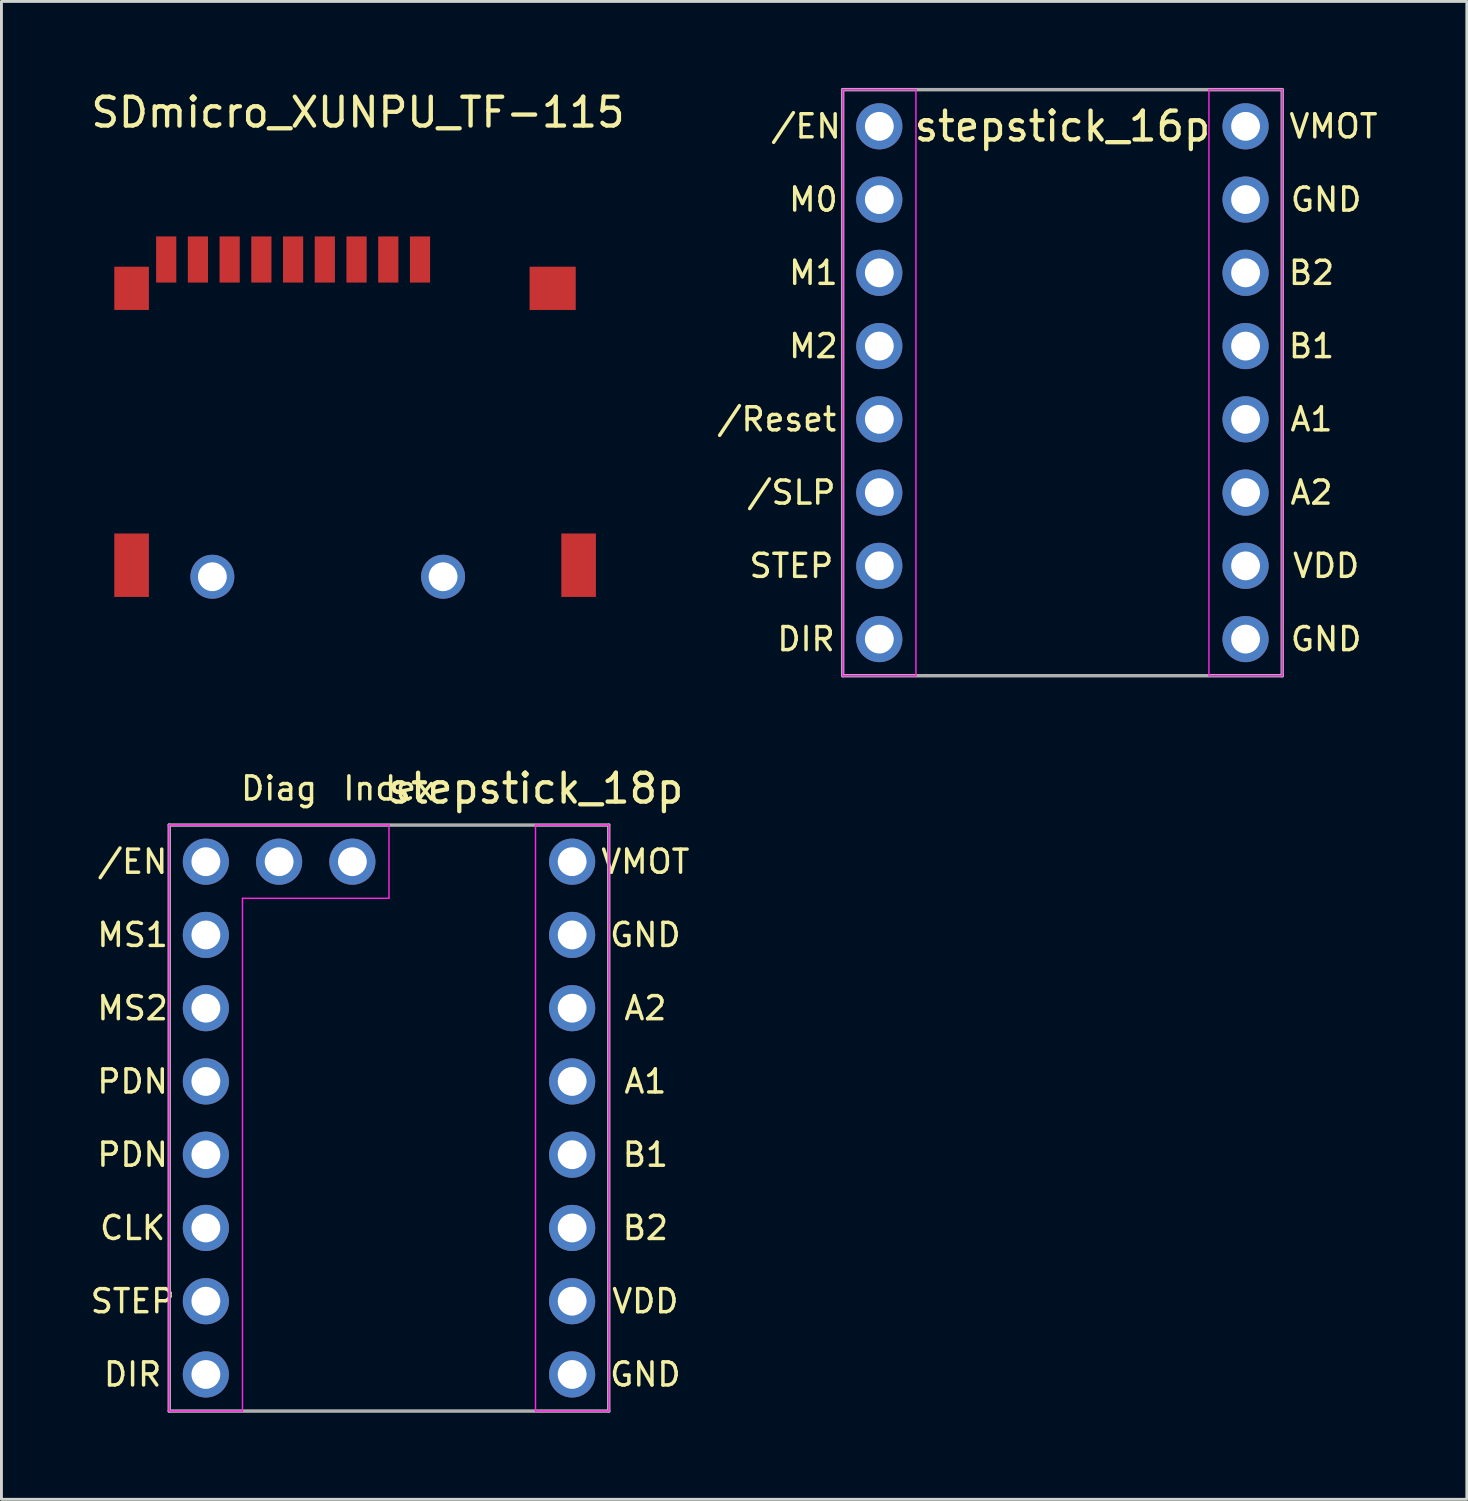
<source format=kicad_pcb>
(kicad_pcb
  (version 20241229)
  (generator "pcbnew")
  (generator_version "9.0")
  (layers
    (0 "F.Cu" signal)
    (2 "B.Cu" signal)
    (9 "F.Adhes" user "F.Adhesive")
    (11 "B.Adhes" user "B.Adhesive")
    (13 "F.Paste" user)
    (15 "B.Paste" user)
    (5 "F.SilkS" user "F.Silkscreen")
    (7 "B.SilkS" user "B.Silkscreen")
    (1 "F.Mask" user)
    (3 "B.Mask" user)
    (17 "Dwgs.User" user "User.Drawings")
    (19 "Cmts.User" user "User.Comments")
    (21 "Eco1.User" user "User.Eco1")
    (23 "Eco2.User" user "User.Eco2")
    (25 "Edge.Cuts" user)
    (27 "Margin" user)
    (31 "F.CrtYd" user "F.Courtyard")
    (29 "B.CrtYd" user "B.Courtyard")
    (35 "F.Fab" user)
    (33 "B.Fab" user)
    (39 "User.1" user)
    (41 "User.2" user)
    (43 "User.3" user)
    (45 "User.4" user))
  (footprint "stepstick_18p"
    (layer "F.Cu")
    (at 10.438 35.718)
    (property "Reference" "stepstick_18p" (at 5.08 -11.43 0) (layer "F.SilkS") (effects (font (size 1 1) (thickness 0.15))))
    (attr through_hole)
    (fp_line (start -7.62 -10.16) (end 0 -10.16) (stroke (width 0.05) (type default)) (layer "F.CrtYd"))
    (fp_line (start -7.62 10.16) (end -7.62 -10.16) (stroke (width 0.05) (type default)) (layer "F.CrtYd"))
    (fp_line (start -5.08 -7.62) (end -5.08 10.16) (stroke (width 0.05) (type default)) (layer "F.CrtYd"))
    (fp_line (start -5.08 10.16) (end -7.62 10.16) (stroke (width 0.05) (type default)) (layer "F.CrtYd"))
    (fp_line (start 0 -10.16) (end 0 -7.62) (stroke (width 0.05) (type default)) (layer "F.CrtYd"))
    (fp_line (start 0 -7.62) (end -5.08 -7.62) (stroke (width 0.05) (type default)) (layer "F.CrtYd"))
    (fp_line (start 5.08 -10.16) (end 5.08 10.16) (stroke (width 0.05) (type default)) (layer "F.CrtYd"))
    (fp_line (start 5.08 10.16) (end 7.62 10.16) (stroke (width 0.05) (type default)) (layer "F.CrtYd"))
    (fp_line (start 7.62 -10.16) (end 5.08 -10.16) (stroke (width 0.05) (type default)) (layer "F.CrtYd"))
    (fp_line (start 7.62 10.16) (end 7.62 -10.16) (stroke (width 0.05) (type default)) (layer "F.CrtYd"))
    (fp_line (start -7.62 -10.16) (end -7.62 10.16) (stroke (width 0.12) (type solid)) (layer "F.Fab"))
    (fp_line (start -7.62 10.16) (end 7.62 10.16) (stroke (width 0.12) (type solid)) (layer "F.Fab"))
    (fp_line (start 7.62 -10.16) (end -7.62 -10.16) (stroke (width 0.12) (type solid)) (layer "F.Fab"))
    (fp_line (start 7.62 10.16) (end 7.62 -10.16) (stroke (width 0.12) (type solid)) (layer "F.Fab"))
    (fp_text user "A2" (at 8.89 -3.81 0) (layer "F.SilkS") (effects (font (size 0.8 0.8) (thickness 0.12))))
    (fp_text user "PDN" (at -8.89 -1.27 0) (layer "F.SilkS") (effects (font (size 0.8 0.8) (thickness 0.12))))
    (fp_text user "VDD" (at 8.89 6.35 0) (layer "F.SilkS") (effects (font (size 0.8 0.8) (thickness 0.12))))
    (fp_text user "GND" (at 8.89 -6.35 0) (layer "F.SilkS") (effects (font (size 0.8 0.8) (thickness 0.12))))
    (fp_text user "/EN" (at -8.89 -8.89 0) (layer "F.SilkS") (effects (font (size 0.8 0.8) (thickness 0.12))))
    (fp_text user "MS1" (at -8.89 -6.35 0) (layer "F.SilkS") (effects (font (size 0.8 0.8) (thickness 0.12))))
    (fp_text user "B2" (at 8.89 3.81 0) (layer "F.SilkS") (effects (font (size 0.8 0.8) (thickness 0.12))))
    (fp_text user "VMOT" (at 8.89 -8.89 0) (layer "F.SilkS") (effects (font (size 0.8 0.8) (thickness 0.12))))
    (fp_text user "A1" (at 8.89 -1.27 0) (layer "F.SilkS") (effects (font (size 0.8 0.8) (thickness 0.12))))
    (fp_text user "STEP" (at -8.89 6.35 0) (layer "F.SilkS") (effects (font (size 0.8 0.8) (thickness 0.12))))
    (fp_text user "Diag" (at -3.81 -11.43 0) (unlocked yes) (layer "F.SilkS") (effects (font (size 0.8 0.8) (thickness 0.12))))
    (fp_text user "PDN" (at -8.89 1.27 0) (layer "F.SilkS") (effects (font (size 0.8 0.8) (thickness 0.12))))
    (fp_text user "B1" (at 8.89 1.27 0) (layer "F.SilkS") (effects (font (size 0.8 0.8) (thickness 0.12))))
    (fp_text user "MS2" (at -8.89 -3.81 0) (layer "F.SilkS") (effects (font (size 0.8 0.8) (thickness 0.12))))
    (fp_text user "GND" (at 8.89 8.89 0) (layer "F.SilkS") (effects (font (size 0.8 0.8) (thickness 0.12))))
    (fp_text user "CLK" (at -8.89 3.81 0) (layer "F.SilkS") (effects (font (size 0.8 0.8) (thickness 0.12))))
    (fp_text user "Index" (at 0 -11.43 0) (unlocked yes) (layer "F.SilkS") (effects (font (size 0.8 0.8) (thickness 0.12))))
    (fp_text user "DIR" (at -8.89 8.89 0) (layer "F.SilkS") (effects (font (size 0.8 0.8) (thickness 0.12))))
    (pad "1" thru_hole circle (at -6.35 -8.89) (size 1.6 1.6) (drill 1) (layers "*.Cu" "*.Mask"))
    (pad "2" thru_hole circle (at -6.35 -6.35) (size 1.6 1.6) (drill 1) (layers "*.Cu" "*.Mask"))
    (pad "3" thru_hole circle (at -6.35 -3.81) (size 1.6 1.6) (drill 1) (layers "*.Cu" "*.Mask"))
    (pad "4" thru_hole circle (at -6.35 -1.27) (size 1.6 1.6) (drill 1) (layers "*.Cu" "*.Mask"))
    (pad "5" thru_hole circle (at -6.35 1.27) (size 1.6 1.6) (drill 1) (layers "*.Cu" "*.Mask"))
    (pad "6" thru_hole circle (at -6.35 3.81) (size 1.6 1.6) (drill 1) (layers "*.Cu" "*.Mask"))
    (pad "7" thru_hole circle (at -6.35 6.35) (size 1.6 1.6) (drill 1) (layers "*.Cu" "*.Mask"))
    (pad "8" thru_hole circle (at -6.35 8.89) (size 1.6 1.6) (drill 1) (layers "*.Cu" "*.Mask"))
    (pad "9" thru_hole circle (at 6.35 8.89) (size 1.6 1.6) (drill 1) (layers "*.Cu" "*.Mask"))
    (pad "10" thru_hole circle (at 6.35 6.35) (size 1.6 1.6) (drill 1) (layers "*.Cu" "*.Mask"))
    (pad "11" thru_hole circle (at 6.35 3.81) (size 1.6 1.6) (drill 1) (layers "*.Cu" "*.Mask"))
    (pad "12" thru_hole circle (at 6.35 1.27) (size 1.6 1.6) (drill 1) (layers "*.Cu" "*.Mask"))
    (pad "13" thru_hole circle (at 6.35 -1.27) (size 1.6 1.6) (drill 1) (layers "*.Cu" "*.Mask"))
    (pad "14" thru_hole circle (at 6.35 -3.81) (size 1.6 1.6) (drill 1) (layers "*.Cu" "*.Mask"))
    (pad "15" thru_hole circle (at 6.35 -6.35) (size 1.6 1.6) (drill 1) (layers "*.Cu" "*.Mask"))
    (pad "16" thru_hole circle (at 6.35 -8.89) (size 1.6 1.6) (drill 1) (layers "*.Cu" "*.Mask"))
    (pad "17" thru_hole circle (at -3.81 -8.89) (size 1.6 1.6) (drill 1) (layers "*.Cu" "*.Mask"))
    (pad "18" thru_hole circle (at -1.27 -8.89) (size 1.6 1.6) (drill 1) (layers "*.Cu" "*.Mask")))
  (footprint "SDmicro_XUNPU_TF-115"
    (layer "F.Cu")
    (at 9.263 16.948)
    (property "Reference" "SDmicro_XUNPU_TF-115" (at 0.1 -16.1 0) (layer "F.SilkS") (effects (font (size 1 1) (thickness 0.15))))
    (attr smd)
    (pad "" np_thru_hole circle (at -4.95 0) (size 1.524 1.524) (drill 1) (layers "*.Cu" "*.Mask"))
    (pad "" np_thru_hole circle (at 3.05 0) (size 1.524 1.524) (drill 1) (layers "*.Cu" "*.Mask"))
    (pad "1" smd rect (at 2.25 -11) (size 0.7 1.6) (layers "F.Cu" "F.Mask" "F.Paste"))
    (pad "2" smd rect (at 1.15 -11) (size 0.7 1.6) (layers "F.Cu" "F.Mask" "F.Paste"))
    (pad "3" smd rect (at 0.05 -11) (size 0.7 1.6) (layers "F.Cu" "F.Mask" "F.Paste"))
    (pad "4" smd rect (at -1.05 -11) (size 0.7 1.6) (layers "F.Cu" "F.Mask" "F.Paste"))
    (pad "5" smd rect (at -2.15 -11) (size 0.7 1.6) (layers "F.Cu" "F.Mask" "F.Paste"))
    (pad "6" smd rect (at -3.25 -11) (size 0.7 1.6) (layers "F.Cu" "F.Mask" "F.Paste"))
    (pad "7" smd rect (at -4.35 -11) (size 0.7 1.6) (layers "F.Cu" "F.Mask" "F.Paste"))
    (pad "8" smd rect (at -5.45 -11) (size 0.7 1.6) (layers "F.Cu" "F.Mask" "F.Paste"))
    (pad "CD" smd rect (at -6.55 -11) (size 0.7 1.6) (layers "F.Cu" "F.Mask" "F.Paste"))
    (pad "S" smd rect (at -7.75 -10) (size 1.2 1.5) (layers "F.Cu" "F.Mask" "F.Paste"))
    (pad "S" smd rect (at -7.75 -0.4) (size 1.2 2.2) (layers "F.Cu" "F.Mask" "F.Paste"))
    (pad "S" smd rect (at 6.85 -10) (size 1.6 1.5) (layers "F.Cu" "F.Mask" "F.Paste"))
    (pad "S" smd rect (at 7.75 -0.4) (size 1.2 2.2) (layers "F.Cu" "F.Mask" "F.Paste")))
  (footprint "stepstick_16p"
    (layer "F.Cu")
    (at 33.789 10.22)
    (property "Reference" "stepstick_16p" (at 0 -8.89 0) (layer "F.SilkS") (effects (font (size 1 1) (thickness 0.15))))
    (attr through_hole)
    (fp_line (start -7.62 -10.16) (end -5.08 -10.16) (stroke (width 0.05) (type default)) (layer "F.CrtYd"))
    (fp_line (start -7.62 10.16) (end -7.62 -10.16) (stroke (width 0.05) (type default)) (layer "F.CrtYd"))
    (fp_line (start -5.08 -10.16) (end -5.08 10.16) (stroke (width 0.05) (type default)) (layer "F.CrtYd"))
    (fp_line (start -5.08 10.16) (end -7.62 10.16) (stroke (width 0.05) (type default)) (layer "F.CrtYd"))
    (fp_line (start 5.08 -10.16) (end 5.08 10.16) (stroke (width 0.05) (type default)) (layer "F.CrtYd"))
    (fp_line (start 5.08 10.16) (end 7.62 10.16) (stroke (width 0.05) (type default)) (layer "F.CrtYd"))
    (fp_line (start 7.62 -10.16) (end 5.08 -10.16) (stroke (width 0.05) (type default)) (layer "F.CrtYd"))
    (fp_line (start 7.62 10.16) (end 7.62 -10.16) (stroke (width 0.05) (type default)) (layer "F.CrtYd"))
    (fp_line (start -7.62 -10.16) (end -7.62 10.16) (stroke (width 0.12) (type solid)) (layer "F.Fab"))
    (fp_line (start -7.62 10.16) (end 7.62 10.16) (stroke (width 0.12) (type solid)) (layer "F.Fab"))
    (fp_line (start 7.62 -10.16) (end -7.62 -10.16) (stroke (width 0.12) (type solid)) (layer "F.Fab"))
    (fp_line (start 7.62 10.16) (end 7.62 -10.16) (stroke (width 0.12) (type solid)) (layer "F.Fab"))
    (fp_text user "VDD" (at 9.144 6.35 0) (layer "F.SilkS") (effects (font (size 0.8 0.8) (thickness 0.12))))
    (fp_text user "/EN" (at -8.89 -8.89 0) (layer "F.SilkS") (effects (font (size 0.8 0.8) (thickness 0.12))))
    (fp_text user "/SLP" (at -9.398 3.81 0) (layer "F.SilkS") (effects (font (size 0.8 0.8) (thickness 0.12))))
    (fp_text user "/Reset" (at -9.906 1.27 0) (layer "F.SilkS") (effects (font (size 0.8 0.8) (thickness 0.12))))
    (fp_text user "B1" (at 8.636 -1.27 0) (layer "F.SilkS") (effects (font (size 0.8 0.8) (thickness 0.12))))
    (fp_text user "GND" (at 9.144 -6.35 0) (layer "F.SilkS") (effects (font (size 0.8 0.8) (thickness 0.12))))
    (fp_text user "M1" (at -8.636 -3.81 0) (layer "F.SilkS") (effects (font (size 0.8 0.8) (thickness 0.12))))
    (fp_text user "VMOT" (at 9.398 -8.89 0) (layer "F.SilkS") (effects (font (size 0.8 0.8) (thickness 0.12))))
    (fp_text user "A1" (at 8.636 1.27 0) (layer "F.SilkS") (effects (font (size 0.8 0.8) (thickness 0.12))))
    (fp_text user "GND" (at 9.144 8.89 0) (layer "F.SilkS") (effects (font (size 0.8 0.8) (thickness 0.12))))
    (fp_text user "M0" (at -8.636 -6.35 0) (layer "F.SilkS") (effects (font (size 0.8 0.8) (thickness 0.12))))
    (fp_text user "B2" (at 8.636 -3.81 0) (layer "F.SilkS") (effects (font (size 0.8 0.8) (thickness 0.12))))
    (fp_text user "DIR" (at -8.89 8.89 0) (layer "F.SilkS") (effects (font (size 0.8 0.8) (thickness 0.12))))
    (fp_text user "M2" (at -8.636 -1.27 0) (layer "F.SilkS") (effects (font (size 0.8 0.8) (thickness 0.12))))
    (fp_text user "A2" (at 8.636 3.81 0) (layer "F.SilkS") (effects (font (size 0.8 0.8) (thickness 0.12))))
    (fp_text user "STEP" (at -9.398 6.35 0) (layer "F.SilkS") (effects (font (size 0.8 0.8) (thickness 0.12))))
    (pad "1" thru_hole circle (at -6.35 -8.89) (size 1.6 1.6) (drill 1) (layers "*.Cu" "*.Mask"))
    (pad "2" thru_hole circle (at -6.35 -6.35) (size 1.6 1.6) (drill 1) (layers "*.Cu" "*.Mask"))
    (pad "3" thru_hole circle (at -6.35 -3.81) (size 1.6 1.6) (drill 1) (layers "*.Cu" "*.Mask"))
    (pad "4" thru_hole circle (at -6.35 -1.27) (size 1.6 1.6) (drill 1) (layers "*.Cu" "*.Mask"))
    (pad "5" thru_hole circle (at -6.35 1.27) (size 1.6 1.6) (drill 1) (layers "*.Cu" "*.Mask"))
    (pad "6" thru_hole circle (at -6.35 3.81) (size 1.6 1.6) (drill 1) (layers "*.Cu" "*.Mask"))
    (pad "7" thru_hole circle (at -6.35 6.35) (size 1.6 1.6) (drill 1) (layers "*.Cu" "*.Mask"))
    (pad "8" thru_hole circle (at -6.35 8.89) (size 1.6 1.6) (drill 1) (layers "*.Cu" "*.Mask"))
    (pad "9" thru_hole circle (at 6.35 8.89) (size 1.6 1.6) (drill 1) (layers "*.Cu" "*.Mask"))
    (pad "10" thru_hole circle (at 6.35 6.35) (size 1.6 1.6) (drill 1) (layers "*.Cu" "*.Mask"))
    (pad "11" thru_hole circle (at 6.35 3.81) (size 1.6 1.6) (drill 1) (layers "*.Cu" "*.Mask"))
    (pad "12" thru_hole circle (at 6.35 1.27) (size 1.6 1.6) (drill 1) (layers "*.Cu" "*.Mask"))
    (pad "13" thru_hole circle (at 6.35 -1.27) (size 1.6 1.6) (drill 1) (layers "*.Cu" "*.Mask"))
    (pad "14" thru_hole circle (at 6.35 -3.81) (size 1.6 1.6) (drill 1) (layers "*.Cu" "*.Mask"))
    (pad "15" thru_hole circle (at 6.35 -6.35) (size 1.6 1.6) (drill 1) (layers "*.Cu" "*.Mask"))
    (pad "16" thru_hole circle (at 6.35 -8.89) (size 1.6 1.6) (drill 1) (layers "*.Cu" "*.Mask")))
  (gr_rect
    (start -3 -3)
    (end 47.811 48.938)
    (stroke (width 0.1) (type default))
    (fill no)
    (layer "Edge.Cuts")))
</source>
